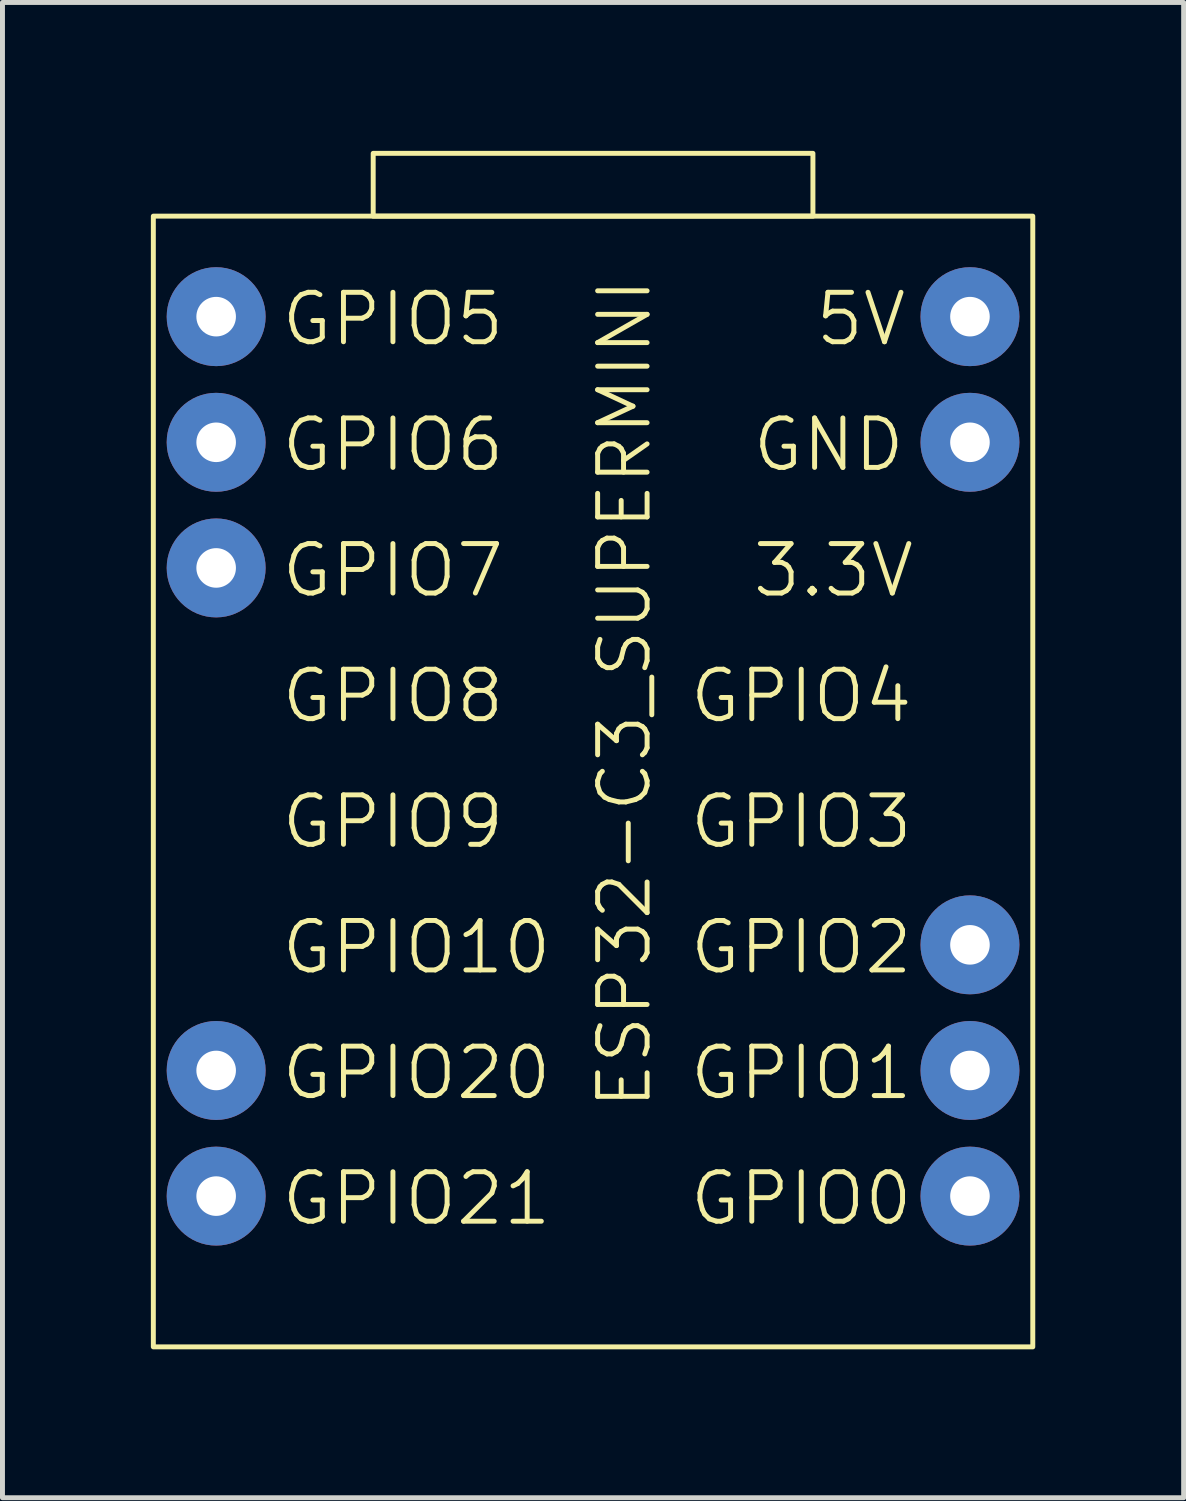
<source format=kicad_pcb>
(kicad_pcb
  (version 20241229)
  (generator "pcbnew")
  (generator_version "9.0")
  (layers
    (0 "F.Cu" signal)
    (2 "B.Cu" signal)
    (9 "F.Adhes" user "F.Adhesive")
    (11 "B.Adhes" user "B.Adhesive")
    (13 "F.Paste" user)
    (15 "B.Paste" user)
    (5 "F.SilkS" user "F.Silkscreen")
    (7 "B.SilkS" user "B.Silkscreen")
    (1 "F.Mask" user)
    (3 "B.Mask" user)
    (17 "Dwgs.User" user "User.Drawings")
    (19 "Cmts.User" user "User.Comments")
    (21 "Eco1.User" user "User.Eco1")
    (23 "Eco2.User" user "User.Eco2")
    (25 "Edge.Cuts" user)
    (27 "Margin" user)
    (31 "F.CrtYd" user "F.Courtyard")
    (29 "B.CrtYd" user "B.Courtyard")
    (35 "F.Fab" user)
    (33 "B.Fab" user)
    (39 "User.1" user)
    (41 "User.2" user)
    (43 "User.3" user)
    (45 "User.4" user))
  (footprint "ESP32-C3_SUPERMINI"
    (layer "F.Cu")
    (at 8.94 12.242)
    (property "Reference" "ESP32-C3_SUPERMINI" (at 0.635 -1.27 90) (unlocked yes) (layer "F.SilkS") (effects (font (size 1 1) (thickness 0.1))))
    (attr through_hole)
    (fp_rect (start -8.89 -10.922) (end 8.89 11.938) (stroke (width 0.1) (type default)) (fill no) (layer "F.SilkS"))
    (fp_rect (start -4.445 -12.192) (end 4.445 -10.922) (stroke (width 0.1) (type default)) (fill no) (layer "F.SilkS"))
    (fp_text user "GPIO7" (at -6.35 -3.175 0) (unlocked yes) (layer "F.SilkS") (effects (font (size 1 1) (thickness 0.1)) (justify left bottom)))
    (fp_text user "GPIO8" (at -6.35 -0.635 0) (unlocked yes) (layer "F.SilkS") (effects (font (size 1 1) (thickness 0.1)) (justify left bottom)))
    (fp_text user "GPIO21" (at -6.35 9.525 0) (unlocked yes) (layer "F.SilkS") (effects (font (size 1 1) (thickness 0.1)) (justify left bottom)))
    (fp_text user "GPIO10" (at -6.35 4.445 0) (unlocked yes) (layer "F.SilkS") (effects (font (size 1 1) (thickness 0.1)) (justify left bottom)))
    (fp_text user "GPIO2" (at 1.905 4.445 0) (unlocked yes) (layer "F.SilkS") (effects (font (size 1 1) (thickness 0.1)) (justify left bottom)))
    (fp_text user "GPIO1" (at 1.905 6.985 0) (unlocked yes) (layer "F.SilkS") (effects (font (size 1 1) (thickness 0.1)) (justify left bottom)))
    (fp_text user "GPIO9" (at -6.35 1.905 0) (unlocked yes) (layer "F.SilkS") (effects (font (size 1 1) (thickness 0.1)) (justify left bottom)))
    (fp_text user "GND" (at 3.175 -5.715 0) (unlocked yes) (layer "F.SilkS") (effects (font (size 1 1) (thickness 0.1)) (justify left bottom)))
    (fp_text user "GPIO6" (at -6.35 -5.715 0) (unlocked yes) (layer "F.SilkS") (effects (font (size 1 1) (thickness 0.1)) (justify left bottom)))
    (fp_text user "3.3V" (at 3.175 -3.175 0) (unlocked yes) (layer "F.SilkS") (effects (font (size 1 1) (thickness 0.1)) (justify left bottom)))
    (fp_text user "GPIO3" (at 1.905 1.905 0) (unlocked yes) (layer "F.SilkS") (effects (font (size 1 1) (thickness 0.1)) (justify left bottom)))
    (fp_text user "GPIO4" (at 1.905 -0.635 0) (unlocked yes) (layer "F.SilkS") (effects (font (size 1 1) (thickness 0.1)) (justify left bottom)))
    (fp_text user "GPIO5" (at -6.35 -8.255 0) (unlocked yes) (layer "F.SilkS") (effects (font (size 1 1) (thickness 0.1)) (justify left bottom)))
    (fp_text user "GPIO20" (at -6.35 6.985 0) (unlocked yes) (layer "F.SilkS") (effects (font (size 1 1) (thickness 0.1)) (justify left bottom)))
    (fp_text user "5V" (at 4.445 -8.255 0) (unlocked yes) (layer "F.SilkS") (effects (font (size 1 1) (thickness 0.1)) (justify left bottom)))
    (fp_text user "GPIO0" (at 1.905 9.525 0) (unlocked yes) (layer "F.SilkS") (effects (font (size 1 1) (thickness 0.1)) (justify left bottom)))
    (pad "1" thru_hole circle (at 7.62 -8.89) (size 2 2) (drill 0.8) (layers "*.Cu" "*.Mask"))
    (pad "2" thru_hole circle (at 7.62 -6.35) (size 2 2) (drill 0.8) (layers "*.Cu" "*.Mask"))
    (pad "6" thru_hole circle (at 7.62 3.81) (size 2 2) (drill 0.8) (layers "*.Cu" "*.Mask"))
    (pad "7" thru_hole circle (at 7.62 6.35) (size 2 2) (drill 0.8) (layers "*.Cu" "*.Mask"))
    (pad "8" thru_hole circle (at 7.62 8.89) (size 2 2) (drill 0.8) (layers "*.Cu" "*.Mask"))
    (pad "9" thru_hole circle (at -7.62 -8.89) (size 2 2) (drill 0.8) (layers "*.Cu" "*.Mask"))
    (pad "10" thru_hole circle (at -7.62 -6.35) (size 2 2) (drill 0.8) (layers "*.Cu" "*.Mask"))
    (pad "11" thru_hole circle (at -7.62 -3.81) (size 2 2) (drill 0.8) (layers "*.Cu" "*.Mask"))
    (pad "15" thru_hole circle (at -7.62 6.35) (size 2 2) (drill 0.8) (layers "*.Cu" "*.Mask"))
    (pad "16" thru_hole circle (at -7.62 8.89) (size 2 2) (drill 0.8) (layers "*.Cu" "*.Mask")))
  (gr_rect
    (start -3 -3)
    (end 20.88 27.23)
    (stroke (width 0.1) (type default))
    (fill no)
    (layer "Edge.Cuts")))
</source>
